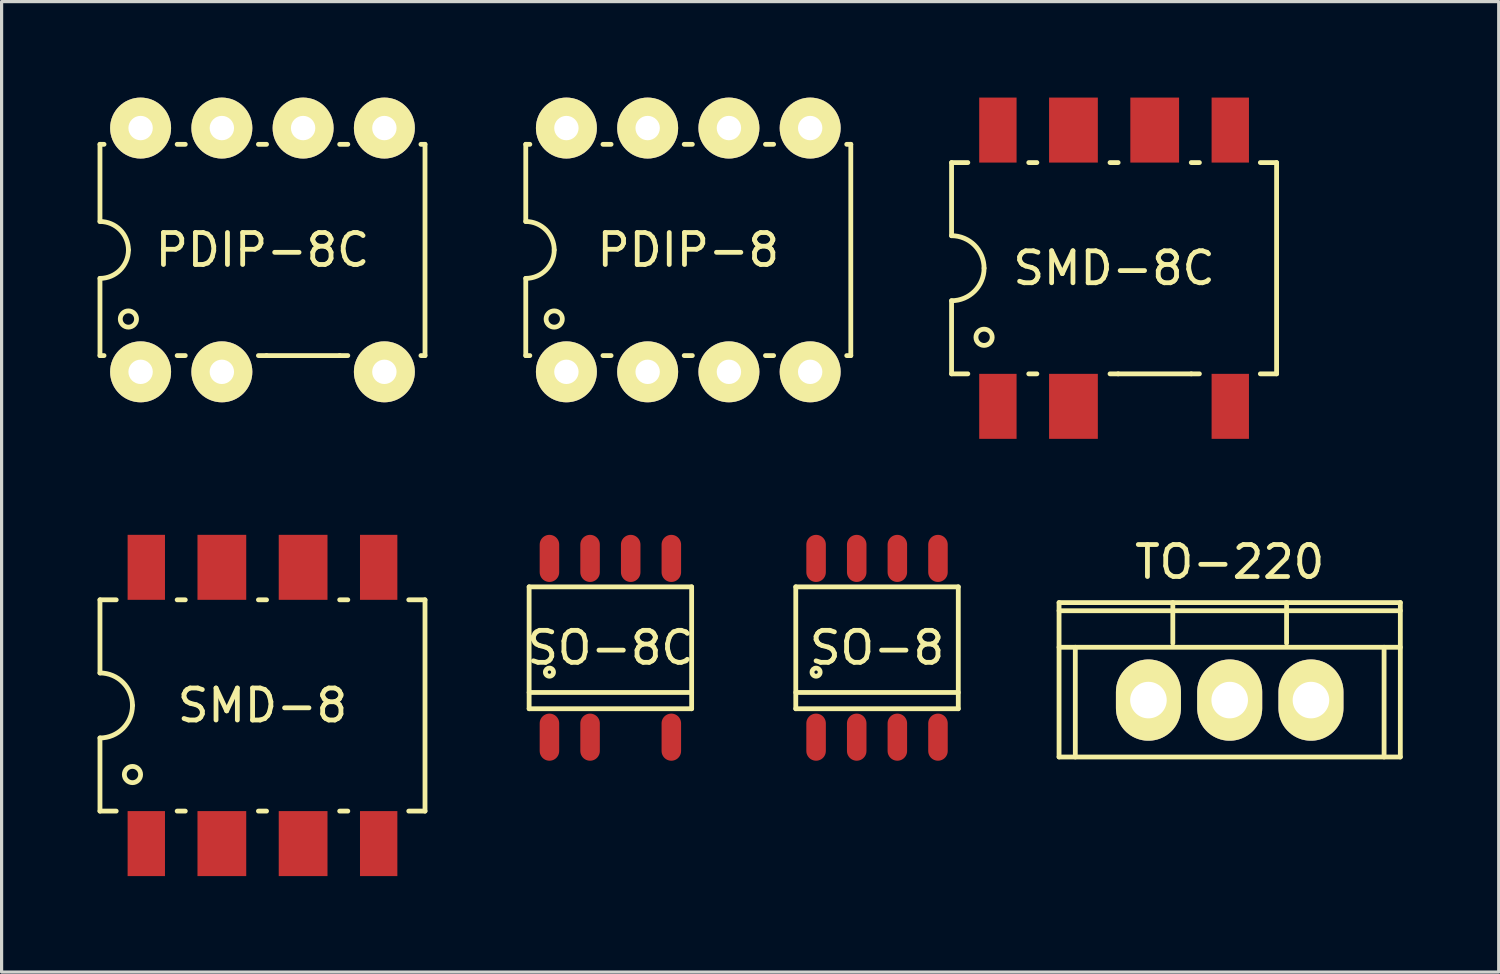
<source format=kicad_pcb>
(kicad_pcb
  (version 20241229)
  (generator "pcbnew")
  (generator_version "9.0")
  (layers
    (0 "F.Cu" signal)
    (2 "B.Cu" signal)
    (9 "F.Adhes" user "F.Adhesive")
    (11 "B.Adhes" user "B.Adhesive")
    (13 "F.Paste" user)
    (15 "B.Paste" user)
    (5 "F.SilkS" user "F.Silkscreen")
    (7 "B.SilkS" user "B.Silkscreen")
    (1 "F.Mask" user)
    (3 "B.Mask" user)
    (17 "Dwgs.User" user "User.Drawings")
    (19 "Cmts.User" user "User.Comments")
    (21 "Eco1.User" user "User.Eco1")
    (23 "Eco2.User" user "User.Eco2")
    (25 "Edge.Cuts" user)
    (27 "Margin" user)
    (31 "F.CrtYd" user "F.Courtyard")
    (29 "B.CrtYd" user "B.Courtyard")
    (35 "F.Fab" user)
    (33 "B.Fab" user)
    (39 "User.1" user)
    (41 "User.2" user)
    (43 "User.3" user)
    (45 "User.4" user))
  (footprint "SMD-8C"
    (layer "F.Cu")
    (at 31.775 5.334)
    (property "Reference" "SMD-8C" (at 0 0 0) (layer "F.SilkS") (effects (font (size 1 1) (thickness 0.15))))
    (attr through_hole)
    (fp_line (start -5.08 -3.302) (end -5.08 -1.016) (stroke (width 0.15) (type solid)) (layer "F.SilkS"))
    (fp_line (start -5.08 -3.302) (end -4.572 -3.302) (stroke (width 0.15) (type solid)) (layer "F.SilkS"))
    (fp_line (start -5.08 1.016) (end -5.08 3.302) (stroke (width 0.15) (type solid)) (layer "F.SilkS"))
    (fp_line (start -5.08 3.302) (end -4.572 3.302) (stroke (width 0.15) (type solid)) (layer "F.SilkS"))
    (fp_line (start -2.667 -3.302) (end -2.413 -3.302) (stroke (width 0.15) (type solid)) (layer "F.SilkS"))
    (fp_line (start -2.667 3.302) (end -2.413 3.302) (stroke (width 0.15) (type solid)) (layer "F.SilkS"))
    (fp_line (start -0.127 -3.302) (end 0.127 -3.302) (stroke (width 0.15) (type solid)) (layer "F.SilkS"))
    (fp_line (start -0.127 3.302) (end 0.127 3.302) (stroke (width 0.15) (type solid)) (layer "F.SilkS"))
    (fp_line (start 0.127 3.302) (end 2.413 3.302) (stroke (width 0.15) (type solid)) (layer "F.SilkS"))
    (fp_line (start 2.413 -3.302) (end 2.667 -3.302) (stroke (width 0.15) (type solid)) (layer "F.SilkS"))
    (fp_line (start 2.413 3.302) (end 2.667 3.302) (stroke (width 0.15) (type solid)) (layer "F.SilkS"))
    (fp_line (start 5.08 -3.302) (end 4.572 -3.302) (stroke (width 0.15) (type solid)) (layer "F.SilkS"))
    (fp_line (start 5.08 -3.302) (end 5.08 3.302) (stroke (width 0.15) (type solid)) (layer "F.SilkS"))
    (fp_line (start 5.08 3.302) (end 4.572 3.302) (stroke (width 0.15) (type solid)) (layer "F.SilkS"))
    (fp_arc (start -5.08 -1.016) (mid -4.36158 -0.71842) (end -4.064 0) (stroke (width 0.15) (type solid)) (layer "F.SilkS"))
    (fp_arc (start -4.064 0) (mid -4.36158 0.71842) (end -5.08 1.016) (stroke (width 0.15) (type solid)) (layer "F.SilkS"))
    (fp_circle (center -4.064 2.159) (end -3.81 2.159) (stroke (width 0.15) (type solid)) (fill no) (layer "F.SilkS"))
    (pad "1" smd rect (at -3.632 4.318) (size 1.168 2.032) (layers "F.Cu" "F.Mask" "F.Paste"))
    (pad "2" smd rect (at -1.27 4.318) (size 1.524 2.032) (layers "F.Cu" "F.Mask" "F.Paste"))
    (pad "4" smd rect (at 3.632 4.318) (size 1.168 2.032) (layers "F.Cu" "F.Mask" "F.Paste"))
    (pad "5" smd rect (at 3.632 -4.318) (size 1.168 2.032) (layers "F.Cu" "F.Mask" "F.Paste"))
    (pad "6" smd rect (at 1.27 -4.318) (size 1.524 2.032) (layers "F.Cu" "F.Mask" "F.Paste"))
    (pad "7" smd rect (at -1.27 -4.318) (size 1.524 2.032) (layers "F.Cu" "F.Mask" "F.Paste"))
    (pad "8" smd rect (at -3.632 -4.318) (size 1.168 2.032) (layers "F.Cu" "F.Mask" "F.Paste")))
  (footprint "TO-220"
    (layer "F.Cu")
    (at 35.389 18.834)
    (property "Reference" "TO-220" (at 0 -4.318 0) (layer "F.SilkS") (effects (font (size 1 1) (thickness 0.15))))
    (attr through_hole)
    (fp_line (start -5.334 -3.048) (end -5.334 1.778) (stroke (width 0.15) (type solid)) (layer "F.SilkS"))
    (fp_line (start -5.334 -1.651) (end 5.334 -1.651) (stroke (width 0.15) (type solid)) (layer "F.SilkS"))
    (fp_line (start -4.826 -1.651) (end -4.826 1.778) (stroke (width 0.15) (type solid)) (layer "F.SilkS"))
    (fp_line (start -1.778 -1.778) (end -1.778 -3.048) (stroke (width 0.15) (type solid)) (layer "F.SilkS"))
    (fp_line (start 1.778 -1.778) (end 1.778 -3.048) (stroke (width 0.15) (type solid)) (layer "F.SilkS"))
    (fp_line (start 4.826 -1.651) (end 4.826 1.778) (stroke (width 0.15) (type solid)) (layer "F.SilkS"))
    (fp_line (start 5.334 -3.048) (end -5.334 -3.048) (stroke (width 0.15) (type solid)) (layer "F.SilkS"))
    (fp_line (start 5.334 -3.048) (end 5.334 1.778) (stroke (width 0.15) (type solid)) (layer "F.SilkS"))
    (fp_line (start 5.334 -2.794) (end -5.334 -2.794) (stroke (width 0.15) (type solid)) (layer "F.SilkS"))
    (fp_line (start 5.334 1.778) (end -5.334 1.778) (stroke (width 0.15) (type solid)) (layer "F.SilkS"))
    (pad "1" thru_hole oval (at -2.54 0) (size 2.032 2.54) (drill 1.143) (layers "*.Cu" "*.Mask" "F.SilkS"))
    (pad "2" thru_hole oval (at 0 0) (size 2.032 2.54) (drill 1.143) (layers "*.Cu" "*.Mask" "F.SilkS"))
    (pad "3" thru_hole oval (at 2.54 0) (size 2.032 2.54) (drill 1.143) (layers "*.Cu" "*.Mask" "F.SilkS")))
  (footprint "PDIP-8"
    (layer "F.Cu")
    (at 18.465 4.763)
    (property "Reference" "PDIP-8" (at 0 0 0) (layer "F.SilkS") (effects (font (size 1 1) (thickness 0.15))))
    (attr through_hole)
    (fp_line (start -5.08 -3.302) (end -4.953 -3.302) (stroke (width 0.15) (type solid)) (layer "F.SilkS"))
    (fp_line (start -5.08 -0.889) (end -5.08 -3.302) (stroke (width 0.15) (type solid)) (layer "F.SilkS"))
    (fp_line (start -5.08 0.889) (end -5.08 3.302) (stroke (width 0.15) (type solid)) (layer "F.SilkS"))
    (fp_line (start -5.08 3.302) (end -4.953 3.302) (stroke (width 0.15) (type solid)) (layer "F.SilkS"))
    (fp_line (start -2.667 -3.302) (end -2.413 -3.302) (stroke (width 0.15) (type solid)) (layer "F.SilkS"))
    (fp_line (start -2.667 3.302) (end -2.413 3.302) (stroke (width 0.15) (type solid)) (layer "F.SilkS"))
    (fp_line (start -0.127 -3.302) (end 0.127 -3.302) (stroke (width 0.15) (type solid)) (layer "F.SilkS"))
    (fp_line (start -0.127 3.302) (end 0.127 3.302) (stroke (width 0.15) (type solid)) (layer "F.SilkS"))
    (fp_line (start 2.413 -3.302) (end 2.667 -3.302) (stroke (width 0.15) (type solid)) (layer "F.SilkS"))
    (fp_line (start 2.413 3.302) (end 2.667 3.302) (stroke (width 0.15) (type solid)) (layer "F.SilkS"))
    (fp_line (start 5.08 -3.302) (end 4.953 -3.302) (stroke (width 0.15) (type solid)) (layer "F.SilkS"))
    (fp_line (start 5.08 3.302) (end 4.953 3.302) (stroke (width 0.15) (type solid)) (layer "F.SilkS"))
    (fp_line (start 5.08 3.302) (end 5.08 -3.302) (stroke (width 0.15) (type solid)) (layer "F.SilkS"))
    (fp_arc (start -5.08 -0.889) (mid -4.451382 -0.628618) (end -4.191 0) (stroke (width 0.15) (type solid)) (layer "F.SilkS"))
    (fp_arc (start -4.191 0) (mid -4.451382 0.628618) (end -5.08 0.889) (stroke (width 0.15) (type solid)) (layer "F.SilkS"))
    (fp_circle (center -4.191 2.159) (end -3.937 2.159) (stroke (width 0.15) (type solid)) (fill no) (layer "F.SilkS"))
    (pad "1" thru_hole circle (at -3.81 3.81) (size 1.905 1.905) (drill 0.762) (layers "*.Cu" "*.Mask" "F.SilkS"))
    (pad "2" thru_hole circle (at -1.27 3.81) (size 1.905 1.905) (drill 0.762) (layers "*.Cu" "*.Mask" "F.SilkS"))
    (pad "3" thru_hole circle (at 1.27 3.81) (size 1.905 1.905) (drill 0.762) (layers "*.Cu" "*.Mask" "F.SilkS"))
    (pad "4" thru_hole circle (at 3.81 3.81) (size 1.905 1.905) (drill 0.762) (layers "*.Cu" "*.Mask" "F.SilkS"))
    (pad "5" thru_hole circle (at 3.81 -3.81) (size 1.905 1.905) (drill 0.762) (layers "*.Cu" "*.Mask" "F.SilkS"))
    (pad "6" thru_hole circle (at 1.27 -3.81) (size 1.905 1.905) (drill 0.762) (layers "*.Cu" "*.Mask" "F.SilkS"))
    (pad "7" thru_hole circle (at -1.27 -3.81) (size 1.905 1.905) (drill 0.762) (layers "*.Cu" "*.Mask" "F.SilkS"))
    (pad "8" thru_hole circle (at -3.81 -3.81) (size 1.905 1.905) (drill 0.762) (layers "*.Cu" "*.Mask" "F.SilkS")))
  (footprint "SMD-8"
    (layer "F.Cu")
    (at 5.155 19.002)
    (property "Reference" "SMD-8" (at 0 0 0) (layer "F.SilkS") (effects (font (size 1 1) (thickness 0.15))))
    (attr through_hole)
    (fp_line (start -5.08 -3.302) (end -5.08 -1.016) (stroke (width 0.15) (type solid)) (layer "F.SilkS"))
    (fp_line (start -5.08 -3.302) (end -4.572 -3.302) (stroke (width 0.15) (type solid)) (layer "F.SilkS"))
    (fp_line (start -5.08 1.016) (end -5.08 3.302) (stroke (width 0.15) (type solid)) (layer "F.SilkS"))
    (fp_line (start -5.08 3.302) (end -4.572 3.302) (stroke (width 0.15) (type solid)) (layer "F.SilkS"))
    (fp_line (start -2.667 -3.302) (end -2.413 -3.302) (stroke (width 0.15) (type solid)) (layer "F.SilkS"))
    (fp_line (start -2.667 3.302) (end -2.413 3.302) (stroke (width 0.15) (type solid)) (layer "F.SilkS"))
    (fp_line (start -0.127 -3.302) (end 0.127 -3.302) (stroke (width 0.15) (type solid)) (layer "F.SilkS"))
    (fp_line (start -0.127 3.302) (end 0.127 3.302) (stroke (width 0.15) (type solid)) (layer "F.SilkS"))
    (fp_line (start 2.413 -3.302) (end 2.667 -3.302) (stroke (width 0.15) (type solid)) (layer "F.SilkS"))
    (fp_line (start 2.413 3.302) (end 2.667 3.302) (stroke (width 0.15) (type solid)) (layer "F.SilkS"))
    (fp_line (start 5.08 -3.302) (end 4.572 -3.302) (stroke (width 0.15) (type solid)) (layer "F.SilkS"))
    (fp_line (start 5.08 -3.302) (end 5.08 3.302) (stroke (width 0.15) (type solid)) (layer "F.SilkS"))
    (fp_line (start 5.08 3.302) (end 4.572 3.302) (stroke (width 0.15) (type solid)) (layer "F.SilkS"))
    (fp_arc (start -5.08 -1.016) (mid -4.36158 -0.71842) (end -4.064 0) (stroke (width 0.15) (type solid)) (layer "F.SilkS"))
    (fp_arc (start -4.064 0) (mid -4.36158 0.71842) (end -5.08 1.016) (stroke (width 0.15) (type solid)) (layer "F.SilkS"))
    (fp_circle (center -4.064 2.159) (end -3.81 2.159) (stroke (width 0.15) (type solid)) (fill no) (layer "F.SilkS"))
    (pad "1" smd rect (at -3.632 4.318) (size 1.168 2.032) (layers "F.Cu" "F.Mask" "F.Paste"))
    (pad "2" smd rect (at -1.27 4.318) (size 1.524 2.032) (layers "F.Cu" "F.Mask" "F.Paste"))
    (pad "3" smd rect (at 1.27 4.318) (size 1.524 2.032) (layers "F.Cu" "F.Mask" "F.Paste"))
    (pad "4" smd rect (at 3.632 4.318) (size 1.168 2.032) (layers "F.Cu" "F.Mask" "F.Paste"))
    (pad "5" smd rect (at 3.632 -4.318) (size 1.168 2.032) (layers "F.Cu" "F.Mask" "F.Paste"))
    (pad "6" smd rect (at 1.27 -4.318) (size 1.524 2.032) (layers "F.Cu" "F.Mask" "F.Paste"))
    (pad "7" smd rect (at -1.27 -4.318) (size 1.524 2.032) (layers "F.Cu" "F.Mask" "F.Paste"))
    (pad "8" smd rect (at -3.632 -4.318) (size 1.168 2.032) (layers "F.Cu" "F.Mask" "F.Paste")))
  (footprint "SO-8C"
    (layer "F.Cu")
    (at 16.03 17.199)
    (property "Reference" "SO-8C" (at 0 0 0) (layer "F.SilkS") (effects (font (size 1 1) (thickness 0.15))))
    (attr through_hole)
    (fp_line (start -2.54 -1.905) (end 2.54 -1.905) (stroke (width 0.15) (type solid)) (layer "F.SilkS"))
    (fp_line (start -2.54 1.397) (end 2.54 1.397) (stroke (width 0.15) (type solid)) (layer "F.SilkS"))
    (fp_line (start -2.54 1.905) (end -2.54 -1.905) (stroke (width 0.15) (type solid)) (layer "F.SilkS"))
    (fp_line (start -2.54 1.905) (end 2.54 1.905) (stroke (width 0.15) (type solid)) (layer "F.SilkS"))
    (fp_line (start 2.54 1.905) (end 2.54 -1.905) (stroke (width 0.15) (type solid)) (layer "F.SilkS"))
    (fp_circle (center -1.905 0.762) (end -1.778 0.762) (stroke (width 0.15) (type solid)) (fill no) (layer "F.SilkS"))
    (pad "1" smd oval (at -1.905 2.794) (size 0.61 1.473) (layers "F.Cu" "F.Mask" "F.Paste"))
    (pad "2" smd oval (at -0.635 2.794) (size 0.61 1.473) (layers "F.Cu" "F.Mask" "F.Paste"))
    (pad "4" smd oval (at 1.905 2.794) (size 0.61 1.473) (layers "F.Cu" "F.Mask" "F.Paste"))
    (pad "5" smd oval (at 1.905 -2.794) (size 0.61 1.473) (layers "F.Cu" "F.Mask" "F.Paste"))
    (pad "6" smd oval (at 0.635 -2.794) (size 0.61 1.473) (layers "F.Cu" "F.Mask" "F.Paste"))
    (pad "7" smd oval (at -0.635 -2.794) (size 0.61 1.473) (layers "F.Cu" "F.Mask" "F.Paste"))
    (pad "8" smd oval (at -1.905 -2.794) (size 0.61 1.473) (layers "F.Cu" "F.Mask" "F.Paste")))
  (footprint "PDIP-8C"
    (layer "F.Cu")
    (at 5.155 4.763)
    (property "Reference" "PDIP-8C" (at 0 0 0) (layer "F.SilkS") (effects (font (size 1 1) (thickness 0.15))))
    (attr through_hole)
    (fp_line (start -5.08 -3.302) (end -4.953 -3.302) (stroke (width 0.15) (type solid)) (layer "F.SilkS"))
    (fp_line (start -5.08 -0.889) (end -5.08 -3.302) (stroke (width 0.15) (type solid)) (layer "F.SilkS"))
    (fp_line (start -5.08 0.889) (end -5.08 3.302) (stroke (width 0.15) (type solid)) (layer "F.SilkS"))
    (fp_line (start -5.08 3.302) (end -4.953 3.302) (stroke (width 0.15) (type solid)) (layer "F.SilkS"))
    (fp_line (start -2.667 -3.302) (end -2.413 -3.302) (stroke (width 0.15) (type solid)) (layer "F.SilkS"))
    (fp_line (start -2.667 3.302) (end -2.413 3.302) (stroke (width 0.15) (type solid)) (layer "F.SilkS"))
    (fp_line (start -0.127 -3.302) (end 0.127 -3.302) (stroke (width 0.15) (type solid)) (layer "F.SilkS"))
    (fp_line (start -0.127 3.302) (end 0.127 3.302) (stroke (width 0.15) (type solid)) (layer "F.SilkS"))
    (fp_line (start 0.127 3.302) (end 2.413 3.302) (stroke (width 0.15) (type solid)) (layer "F.SilkS"))
    (fp_line (start 2.413 -3.302) (end 2.667 -3.302) (stroke (width 0.15) (type solid)) (layer "F.SilkS"))
    (fp_line (start 2.413 3.302) (end 2.667 3.302) (stroke (width 0.15) (type solid)) (layer "F.SilkS"))
    (fp_line (start 5.08 -3.302) (end 4.953 -3.302) (stroke (width 0.15) (type solid)) (layer "F.SilkS"))
    (fp_line (start 5.08 3.302) (end 4.953 3.302) (stroke (width 0.15) (type solid)) (layer "F.SilkS"))
    (fp_line (start 5.08 3.302) (end 5.08 -3.302) (stroke (width 0.15) (type solid)) (layer "F.SilkS"))
    (fp_arc (start -5.08 -0.889) (mid -4.451382 -0.628618) (end -4.191 0) (stroke (width 0.15) (type solid)) (layer "F.SilkS"))
    (fp_arc (start -4.191 0) (mid -4.451382 0.628618) (end -5.08 0.889) (stroke (width 0.15) (type solid)) (layer "F.SilkS"))
    (fp_circle (center -4.191 2.159) (end -3.937 2.159) (stroke (width 0.15) (type solid)) (fill no) (layer "F.SilkS"))
    (pad "1" thru_hole circle (at -3.81 3.81) (size 1.905 1.905) (drill 0.762) (layers "*.Cu" "*.Mask" "F.SilkS"))
    (pad "2" thru_hole circle (at -1.27 3.81) (size 1.905 1.905) (drill 0.762) (layers "*.Cu" "*.Mask" "F.SilkS"))
    (pad "4" thru_hole circle (at 3.81 3.81) (size 1.905 1.905) (drill 0.762) (layers "*.Cu" "*.Mask" "F.SilkS"))
    (pad "5" thru_hole circle (at 3.81 -3.81) (size 1.905 1.905) (drill 0.762) (layers "*.Cu" "*.Mask" "F.SilkS"))
    (pad "6" thru_hole circle (at 1.27 -3.81) (size 1.905 1.905) (drill 0.762) (layers "*.Cu" "*.Mask" "F.SilkS"))
    (pad "7" thru_hole circle (at -1.27 -3.81) (size 1.905 1.905) (drill 0.762) (layers "*.Cu" "*.Mask" "F.SilkS"))
    (pad "8" thru_hole circle (at -3.81 -3.81) (size 1.905 1.905) (drill 0.762) (layers "*.Cu" "*.Mask" "F.SilkS")))
  (footprint "SO-8"
    (layer "F.Cu")
    (at 24.365 17.199)
    (property "Reference" "SO-8" (at 0 0 0) (layer "F.SilkS") (effects (font (size 1 1) (thickness 0.15))))
    (attr through_hole)
    (fp_line (start -2.54 -1.905) (end 2.54 -1.905) (stroke (width 0.15) (type solid)) (layer "F.SilkS"))
    (fp_line (start -2.54 1.397) (end 2.54 1.397) (stroke (width 0.15) (type solid)) (layer "F.SilkS"))
    (fp_line (start -2.54 1.905) (end -2.54 -1.905) (stroke (width 0.15) (type solid)) (layer "F.SilkS"))
    (fp_line (start -2.54 1.905) (end 2.54 1.905) (stroke (width 0.15) (type solid)) (layer "F.SilkS"))
    (fp_line (start 2.54 1.905) (end 2.54 -1.905) (stroke (width 0.15) (type solid)) (layer "F.SilkS"))
    (fp_circle (center -1.905 0.762) (end -1.778 0.762) (stroke (width 0.15) (type solid)) (fill no) (layer "F.SilkS"))
    (pad "1" smd oval (at -1.905 2.794) (size 0.61 1.473) (layers "F.Cu" "F.Mask" "F.Paste"))
    (pad "2" smd oval (at -0.635 2.794) (size 0.61 1.473) (layers "F.Cu" "F.Mask" "F.Paste"))
    (pad "3" smd oval (at 0.635 2.794) (size 0.61 1.473) (layers "F.Cu" "F.Mask" "F.Paste"))
    (pad "4" smd oval (at 1.905 2.794) (size 0.61 1.473) (layers "F.Cu" "F.Mask" "F.Paste"))
    (pad "5" smd oval (at 1.905 -2.794) (size 0.61 1.473) (layers "F.Cu" "F.Mask" "F.Paste"))
    (pad "6" smd oval (at 0.635 -2.794) (size 0.61 1.473) (layers "F.Cu" "F.Mask" "F.Paste"))
    (pad "7" smd oval (at -0.635 -2.794) (size 0.61 1.473) (layers "F.Cu" "F.Mask" "F.Paste"))
    (pad "8" smd oval (at -1.905 -2.794) (size 0.61 1.473) (layers "F.Cu" "F.Mask" "F.Paste")))
  (gr_rect
    (start -3 -3)
    (end 43.798 27.336)
    (stroke (width 0.1) (type default))
    (fill no)
    (layer "Edge.Cuts")))
</source>
